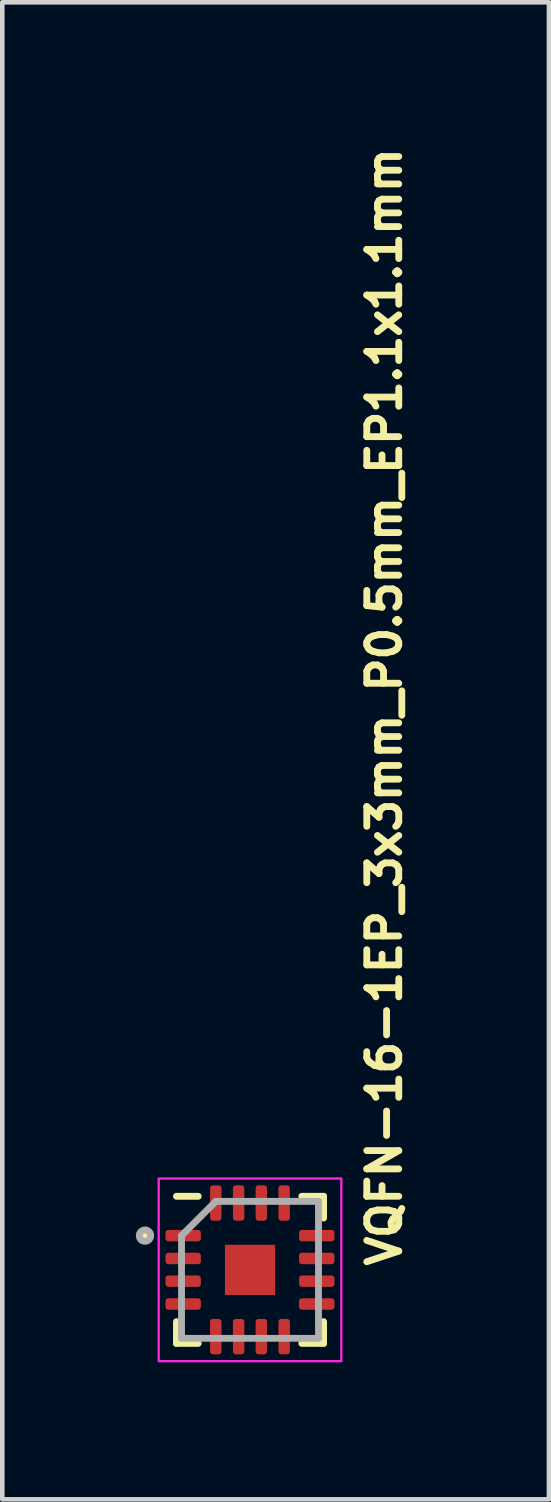
<source format=kicad_pcb>
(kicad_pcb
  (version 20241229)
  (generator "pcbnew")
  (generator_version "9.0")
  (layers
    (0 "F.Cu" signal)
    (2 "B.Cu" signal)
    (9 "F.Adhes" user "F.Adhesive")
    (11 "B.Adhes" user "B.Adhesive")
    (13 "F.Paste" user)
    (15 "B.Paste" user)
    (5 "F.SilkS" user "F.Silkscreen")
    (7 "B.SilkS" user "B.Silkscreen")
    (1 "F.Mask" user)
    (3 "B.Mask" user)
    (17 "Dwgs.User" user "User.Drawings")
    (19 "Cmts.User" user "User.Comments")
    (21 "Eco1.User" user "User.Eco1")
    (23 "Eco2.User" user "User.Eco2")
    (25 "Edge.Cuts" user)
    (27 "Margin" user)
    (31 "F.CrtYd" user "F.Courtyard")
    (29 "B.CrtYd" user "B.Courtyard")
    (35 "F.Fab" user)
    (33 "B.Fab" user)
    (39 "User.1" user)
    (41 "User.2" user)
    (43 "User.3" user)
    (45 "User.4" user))
  (footprint "VQFN-16-1EP_3x3mm_P0.5mm_EP1.1x1.1mm"
    (layer "F.Cu")
    (at 2.425 24.756)
    (property "Reference" "VQFN-16-1EP_3x3mm_P0.5mm_EP1.1x1.1mm" (at 3.35 -0.013 90) (layer "F.SilkS") (effects (font (size 0.7 0.7) (thickness 0.15)) (justify left bottom)))
    (attr smd)
    (fp_line (start -1.611 1.61) (end -1.611 1.134) (stroke (width 0.15) (type solid)) (layer "F.SilkS"))
    (fp_line (start -1.135 -1.611) (end -1.611 -1.611) (stroke (width 0.15) (type solid)) (layer "F.SilkS"))
    (fp_line (start -1.135 1.61) (end -1.611 1.61) (stroke (width 0.15) (type solid)) (layer "F.SilkS"))
    (fp_line (start 1.134 -1.611) (end 1.61 -1.611) (stroke (width 0.15) (type solid)) (layer "F.SilkS"))
    (fp_line (start 1.134 1.61) (end 1.61 1.61) (stroke (width 0.15) (type solid)) (layer "F.SilkS"))
    (fp_line (start 1.61 -1.611) (end 1.61 -1.135) (stroke (width 0.15) (type solid)) (layer "F.SilkS"))
    (fp_line (start 1.61 1.61) (end 1.61 1.134) (stroke (width 0.15) (type solid)) (layer "F.SilkS"))
    (fp_circle (center -2.3 -0.75) (end -2.25 -0.75) (stroke (width 0.15) (type solid)) (fill yes) (layer "F.SilkS"))
    (fp_rect (start -2 -2) (end 1.999 1.999) (stroke (width 0.05) (type solid)) (fill no) (layer "F.CrtYd"))
    (fp_line (start -1.5 -0.75) (end -0.75 -1.5) (stroke (width 0.15) (type solid)) (layer "F.Fab"))
    (fp_line (start -1.5 1.499) (end -1.5 -0.75) (stroke (width 0.15) (type solid)) (layer "F.Fab"))
    (fp_line (start -0.75 -1.5) (end 1.499 -1.5) (stroke (width 0.15) (type solid)) (layer "F.Fab"))
    (fp_line (start 1.499 -1.5) (end 1.499 1.499) (stroke (width 0.15) (type solid)) (layer "F.Fab"))
    (fp_line (start 1.499 1.499) (end -1.5 1.499) (stroke (width 0.15) (type solid)) (layer "F.Fab"))
    (fp_circle (center -2.3 -0.75) (end -2.25 -0.75) (stroke (width 0.15) (type solid)) (fill no) (layer "F.Fab"))
    (fp_rect (start -1.5 -1.5) (end 1.499 1.499) (stroke (width 0.1) (type solid)) (fill no) (layer "User.5"))
    (fp_rect (start -1.5 -1.5) (end 1.499 1.499) (stroke (width 0.1) (type solid)) (fill no) (layer "User.5"))
    (fp_line (start -1.5 -0.875) (end -1.5 -0.625) (stroke (width 0.02) (type solid)) (layer "User.9"))
    (fp_line (start -1.5 -0.625) (end -1.49 -0.625) (stroke (width 0.02) (type solid)) (layer "User.9"))
    (fp_line (start -1.5 -0.375) (end -1.5 -0.125) (stroke (width 0.02) (type solid)) (layer "User.9"))
    (fp_line (start -1.5 -0.125) (end -1.49 -0.125) (stroke (width 0.02) (type solid)) (layer "User.9"))
    (fp_line (start -1.5 0.122) (end -1.5 0.372) (stroke (width 0.02) (type solid)) (layer "User.9"))
    (fp_line (start -1.5 0.372) (end -1.49 0.372) (stroke (width 0.02) (type solid)) (layer "User.9"))
    (fp_line (start -1.5 0.622) (end -1.5 0.872) (stroke (width 0.02) (type solid)) (layer "User.9"))
    (fp_line (start -1.5 0.872) (end -1.49 0.872) (stroke (width 0.02) (type solid)) (layer "User.9"))
    (fp_line (start -1.49 -1.49) (end -1.49 1.489) (stroke (width 0.02) (type solid)) (layer "User.9"))
    (fp_line (start -1.49 -1.49) (end 1.489 -1.49) (stroke (width 0.02) (type solid)) (layer "User.9"))
    (fp_line (start -1.49 -0.875) (end -1.5 -0.875) (stroke (width 0.02) (type solid)) (layer "User.9"))
    (fp_line (start -1.49 -0.375) (end -1.5 -0.375) (stroke (width 0.02) (type solid)) (layer "User.9"))
    (fp_line (start -1.49 0.122) (end -1.5 0.122) (stroke (width 0.02) (type solid)) (layer "User.9"))
    (fp_line (start -1.49 0.622) (end -1.5 0.622) (stroke (width 0.02) (type solid)) (layer "User.9"))
    (fp_line (start -1.49 1.489) (end 1.489 1.489) (stroke (width 0.02) (type solid)) (layer "User.9"))
    (fp_line (start -1.051 -0.815) (end -1.051 -0.803) (stroke (width 0.02) (type solid)) (layer "User.9"))
    (fp_line (start -1.051 -0.803) (end -1.051 -0.803) (stroke (width 0.02) (type solid)) (layer "User.9"))
    (fp_line (start -1.051 -0.803) (end -1.051 -0.79) (stroke (width 0.02) (type solid)) (layer "User.9"))
    (fp_line (start -1.051 -0.79) (end -1.049 -0.777) (stroke (width 0.02) (type solid)) (layer "User.9"))
    (fp_line (start -1.049 -0.839) (end -1.049 -0.828) (stroke (width 0.02) (type solid)) (layer "User.9"))
    (fp_line (start -1.049 -0.828) (end -1.051 -0.815) (stroke (width 0.02) (type solid)) (layer "User.9"))
    (fp_line (start -1.049 -0.777) (end -1.049 -0.762) (stroke (width 0.02) (type solid)) (layer "User.9"))
    (fp_line (start -1.049 -0.762) (end -1.045 -0.75) (stroke (width 0.02) (type solid)) (layer "User.9"))
    (fp_line (start -1.045 -0.851) (end -1.049 -0.839) (stroke (width 0.02) (type solid)) (layer "User.9"))
    (fp_line (start -1.045 -0.75) (end -1.043 -0.738) (stroke (width 0.02) (type solid)) (layer "User.9"))
    (fp_line (start -1.043 -0.863) (end -1.045 -0.851) (stroke (width 0.02) (type solid)) (layer "User.9"))
    (fp_line (start -1.043 -0.738) (end -1.039 -0.726) (stroke (width 0.02) (type solid)) (layer "User.9"))
    (fp_line (start -1.039 -0.875) (end -1.043 -0.863) (stroke (width 0.02) (type solid)) (layer "User.9"))
    (fp_line (start -1.039 -0.726) (end -1.035 -0.715) (stroke (width 0.02) (type solid)) (layer "User.9"))
    (fp_line (start -1.035 -0.886) (end -1.039 -0.875) (stroke (width 0.02) (type solid)) (layer "User.9"))
    (fp_line (start -1.035 -0.715) (end -1.031 -0.704) (stroke (width 0.02) (type solid)) (layer "User.9"))
    (fp_line (start -1.031 -0.9) (end -1.035 -0.886) (stroke (width 0.02) (type solid)) (layer "User.9"))
    (fp_line (start -1.031 -0.704) (end -1.027 -0.694) (stroke (width 0.02) (type solid)) (layer "User.9"))
    (fp_line (start -1.027 -0.911) (end -1.031 -0.9) (stroke (width 0.02) (type solid)) (layer "User.9"))
    (fp_line (start -1.027 -0.694) (end -1.02 -0.683) (stroke (width 0.02) (type solid)) (layer "User.9"))
    (fp_line (start -1.02 -0.922) (end -1.027 -0.911) (stroke (width 0.02) (type solid)) (layer "User.9"))
    (fp_line (start -1.02 -0.683) (end -1.014 -0.673) (stroke (width 0.02) (type solid)) (layer "User.9"))
    (fp_line (start -1.014 -0.932) (end -1.02 -0.922) (stroke (width 0.02) (type solid)) (layer "User.9"))
    (fp_line (start -1.014 -0.673) (end -1.008 -0.663) (stroke (width 0.02) (type solid)) (layer "User.9"))
    (fp_line (start -1.008 -0.942) (end -1.014 -0.932) (stroke (width 0.02) (type solid)) (layer "User.9"))
    (fp_line (start -1.008 -0.663) (end -1.002 -0.653) (stroke (width 0.02) (type solid)) (layer "User.9"))
    (fp_line (start -1.002 -0.952) (end -1.008 -0.942) (stroke (width 0.02) (type solid)) (layer "User.9"))
    (fp_line (start -1.002 -0.653) (end -0.993 -0.643) (stroke (width 0.02) (type solid)) (layer "User.9"))
    (fp_line (start -0.993 -0.96) (end -1.002 -0.952) (stroke (width 0.02) (type solid)) (layer "User.9"))
    (fp_line (start -0.993 -0.643) (end -0.986 -0.632) (stroke (width 0.02) (type solid)) (layer "User.9"))
    (fp_line (start -0.986 -0.969) (end -0.993 -0.96) (stroke (width 0.02) (type solid)) (layer "User.9"))
    (fp_line (start -0.986 -0.632) (end -0.977 -0.624) (stroke (width 0.02) (type solid)) (layer "User.9"))
    (fp_line (start -0.977 -0.977) (end -0.986 -0.969) (stroke (width 0.02) (type solid)) (layer "User.9"))
    (fp_line (start -0.977 -0.624) (end -0.969 -0.615) (stroke (width 0.02) (type solid)) (layer "User.9"))
    (fp_line (start -0.969 -0.986) (end -0.977 -0.977) (stroke (width 0.02) (type solid)) (layer "User.9"))
    (fp_line (start -0.969 -0.615) (end -0.96 -0.608) (stroke (width 0.02) (type solid)) (layer "User.9"))
    (fp_line (start -0.96 -0.993) (end -0.969 -0.986) (stroke (width 0.02) (type solid)) (layer "User.9"))
    (fp_line (start -0.96 -0.608) (end -0.952 -0.6) (stroke (width 0.02) (type solid)) (layer "User.9"))
    (fp_line (start -0.952 -1.002) (end -0.96 -0.993) (stroke (width 0.02) (type solid)) (layer "User.9"))
    (fp_line (start -0.952 -0.6) (end -0.942 -0.593) (stroke (width 0.02) (type solid)) (layer "User.9"))
    (fp_line (start -0.942 -1.008) (end -0.952 -1.002) (stroke (width 0.02) (type solid)) (layer "User.9"))
    (fp_line (start -0.942 -0.593) (end -0.932 -0.587) (stroke (width 0.02) (type solid)) (layer "User.9"))
    (fp_line (start -0.932 -1.014) (end -0.942 -1.008) (stroke (width 0.02) (type solid)) (layer "User.9"))
    (fp_line (start -0.932 -0.587) (end -0.922 -0.581) (stroke (width 0.02) (type solid)) (layer "User.9"))
    (fp_line (start -0.922 -1.02) (end -0.932 -1.014) (stroke (width 0.02) (type solid)) (layer "User.9"))
    (fp_line (start -0.922 -0.581) (end -0.911 -0.577) (stroke (width 0.02) (type solid)) (layer "User.9"))
    (fp_line (start -0.911 -1.027) (end -0.922 -1.02) (stroke (width 0.02) (type solid)) (layer "User.9"))
    (fp_line (start -0.911 -0.577) (end -0.9 -0.572) (stroke (width 0.02) (type solid)) (layer "User.9"))
    (fp_line (start -0.9 -1.031) (end -0.911 -1.027) (stroke (width 0.02) (type solid)) (layer "User.9"))
    (fp_line (start -0.9 -0.572) (end -0.886 -0.568) (stroke (width 0.02) (type solid)) (layer "User.9"))
    (fp_line (start -0.886 -1.035) (end -0.9 -1.031) (stroke (width 0.02) (type solid)) (layer "User.9"))
    (fp_line (start -0.886 -0.568) (end -0.875 -0.564) (stroke (width 0.02) (type solid)) (layer "User.9"))
    (fp_line (start -0.875 -1.5) (end -0.875 -1.49) (stroke (width 0.02) (type solid)) (layer "User.9"))
    (fp_line (start -0.875 -1.039) (end -0.886 -1.035) (stroke (width 0.02) (type solid)) (layer "User.9"))
    (fp_line (start -0.875 -0.564) (end -0.863 -0.56) (stroke (width 0.02) (type solid)) (layer "User.9"))
    (fp_line (start -0.875 1.489) (end -0.875 1.499) (stroke (width 0.02) (type solid)) (layer "User.9"))
    (fp_line (start -0.875 1.499) (end -0.625 1.499) (stroke (width 0.02) (type solid)) (layer "User.9"))
    (fp_line (start -0.863 -1.043) (end -0.875 -1.039) (stroke (width 0.02) (type solid)) (layer "User.9"))
    (fp_line (start -0.863 -0.56) (end -0.851 -0.558) (stroke (width 0.02) (type solid)) (layer "User.9"))
    (fp_line (start -0.851 -1.045) (end -0.863 -1.043) (stroke (width 0.02) (type solid)) (layer "User.9"))
    (fp_line (start -0.851 -0.558) (end -0.839 -0.555) (stroke (width 0.02) (type solid)) (layer "User.9"))
    (fp_line (start -0.839 -1.049) (end -0.851 -1.045) (stroke (width 0.02) (type solid)) (layer "User.9"))
    (fp_line (start -0.839 -0.555) (end -0.828 -0.554) (stroke (width 0.02) (type solid)) (layer "User.9"))
    (fp_line (start -0.828 -1.049) (end -0.839 -1.049) (stroke (width 0.02) (type solid)) (layer "User.9"))
    (fp_line (start -0.828 -0.554) (end -0.815 -0.553) (stroke (width 0.02) (type solid)) (layer "User.9"))
    (fp_line (start -0.815 -1.051) (end -0.828 -1.049) (stroke (width 0.02) (type solid)) (layer "User.9"))
    (fp_line (start -0.815 -0.553) (end -0.803 -0.553) (stroke (width 0.02) (type solid)) (layer "User.9"))
    (fp_line (start -0.803 -1.051) (end -0.815 -1.051) (stroke (width 0.02) (type solid)) (layer "User.9"))
    (fp_line (start -0.803 -1.051) (end -0.803 -1.051) (stroke (width 0.02) (type solid)) (layer "User.9"))
    (fp_line (start -0.803 -0.553) (end -0.803 -0.553) (stroke (width 0.02) (type solid)) (layer "User.9"))
    (fp_line (start -0.803 -0.553) (end -0.79 -0.553) (stroke (width 0.02) (type solid)) (layer "User.9"))
    (fp_line (start -0.79 -1.051) (end -0.803 -1.051) (stroke (width 0.02) (type solid)) (layer "User.9"))
    (fp_line (start -0.79 -0.553) (end -0.777 -0.554) (stroke (width 0.02) (type solid)) (layer "User.9"))
    (fp_line (start -0.777 -1.049) (end -0.79 -1.051) (stroke (width 0.02) (type solid)) (layer "User.9"))
    (fp_line (start -0.777 -0.554) (end -0.762 -0.555) (stroke (width 0.02) (type solid)) (layer "User.9"))
    (fp_line (start -0.762 -1.049) (end -0.777 -1.049) (stroke (width 0.02) (type solid)) (layer "User.9"))
    (fp_line (start -0.762 -0.555) (end -0.75 -0.558) (stroke (width 0.02) (type solid)) (layer "User.9"))
    (fp_line (start -0.75 -1.045) (end -0.762 -1.049) (stroke (width 0.02) (type solid)) (layer "User.9"))
    (fp_line (start -0.75 -0.558) (end -0.738 -0.56) (stroke (width 0.02) (type solid)) (layer "User.9"))
    (fp_line (start -0.738 -1.043) (end -0.75 -1.045) (stroke (width 0.02) (type solid)) (layer "User.9"))
    (fp_line (start -0.738 -0.56) (end -0.726 -0.564) (stroke (width 0.02) (type solid)) (layer "User.9"))
    (fp_line (start -0.726 -1.039) (end -0.738 -1.043) (stroke (width 0.02) (type solid)) (layer "User.9"))
    (fp_line (start -0.726 -0.564) (end -0.715 -0.568) (stroke (width 0.02) (type solid)) (layer "User.9"))
    (fp_line (start -0.715 -1.035) (end -0.726 -1.039) (stroke (width 0.02) (type solid)) (layer "User.9"))
    (fp_line (start -0.715 -0.568) (end -0.704 -0.572) (stroke (width 0.02) (type solid)) (layer "User.9"))
    (fp_line (start -0.704 -1.031) (end -0.715 -1.035) (stroke (width 0.02) (type solid)) (layer "User.9"))
    (fp_line (start -0.704 -0.572) (end -0.694 -0.577) (stroke (width 0.02) (type solid)) (layer "User.9"))
    (fp_line (start -0.694 -1.027) (end -0.704 -1.031) (stroke (width 0.02) (type solid)) (layer "User.9"))
    (fp_line (start -0.694 -0.577) (end -0.683 -0.581) (stroke (width 0.02) (type solid)) (layer "User.9"))
    (fp_line (start -0.683 -1.02) (end -0.694 -1.027) (stroke (width 0.02) (type solid)) (layer "User.9"))
    (fp_line (start -0.683 -0.581) (end -0.673 -0.587) (stroke (width 0.02) (type solid)) (layer "User.9"))
    (fp_line (start -0.673 -1.014) (end -0.683 -1.02) (stroke (width 0.02) (type solid)) (layer "User.9"))
    (fp_line (start -0.673 -0.587) (end -0.663 -0.593) (stroke (width 0.02) (type solid)) (layer "User.9"))
    (fp_line (start -0.663 -1.008) (end -0.673 -1.014) (stroke (width 0.02) (type solid)) (layer "User.9"))
    (fp_line (start -0.663 -0.593) (end -0.653 -0.6) (stroke (width 0.02) (type solid)) (layer "User.9"))
    (fp_line (start -0.653 -1.002) (end -0.663 -1.008) (stroke (width 0.02) (type solid)) (layer "User.9"))
    (fp_line (start -0.653 -0.6) (end -0.643 -0.608) (stroke (width 0.02) (type solid)) (layer "User.9"))
    (fp_line (start -0.643 -0.993) (end -0.653 -1.002) (stroke (width 0.02) (type solid)) (layer "User.9"))
    (fp_line (start -0.643 -0.608) (end -0.632 -0.615) (stroke (width 0.02) (type solid)) (layer "User.9"))
    (fp_line (start -0.632 -0.986) (end -0.643 -0.993) (stroke (width 0.02) (type solid)) (layer "User.9"))
    (fp_line (start -0.632 -0.615) (end -0.624 -0.624) (stroke (width 0.02) (type solid)) (layer "User.9"))
    (fp_line (start -0.625 -1.5) (end -0.875 -1.5) (stroke (width 0.02) (type solid)) (layer "User.9"))
    (fp_line (start -0.625 -1.49) (end -0.625 -1.5) (stroke (width 0.02) (type solid)) (layer "User.9"))
    (fp_line (start -0.625 1.499) (end -0.625 1.489) (stroke (width 0.02) (type solid)) (layer "User.9"))
    (fp_line (start -0.624 -0.977) (end -0.632 -0.986) (stroke (width 0.02) (type solid)) (layer "User.9"))
    (fp_line (start -0.624 -0.624) (end -0.615 -0.632) (stroke (width 0.02) (type solid)) (layer "User.9"))
    (fp_line (start -0.615 -0.969) (end -0.624 -0.977) (stroke (width 0.02) (type solid)) (layer "User.9"))
    (fp_line (start -0.615 -0.632) (end -0.608 -0.643) (stroke (width 0.02) (type solid)) (layer "User.9"))
    (fp_line (start -0.608 -0.96) (end -0.615 -0.969) (stroke (width 0.02) (type solid)) (layer "User.9"))
    (fp_line (start -0.608 -0.643) (end -0.6 -0.653) (stroke (width 0.02) (type solid)) (layer "User.9"))
    (fp_line (start -0.6 -0.952) (end -0.608 -0.96) (stroke (width 0.02) (type solid)) (layer "User.9"))
    (fp_line (start -0.6 -0.653) (end -0.593 -0.663) (stroke (width 0.02) (type solid)) (layer "User.9"))
    (fp_line (start -0.593 -0.942) (end -0.6 -0.952) (stroke (width 0.02) (type solid)) (layer "User.9"))
    (fp_line (start -0.593 -0.663) (end -0.587 -0.673) (stroke (width 0.02) (type solid)) (layer "User.9"))
    (fp_line (start -0.587 -0.932) (end -0.593 -0.942) (stroke (width 0.02) (type solid)) (layer "User.9"))
    (fp_line (start -0.587 -0.673) (end -0.581 -0.683) (stroke (width 0.02) (type solid)) (layer "User.9"))
    (fp_line (start -0.581 -0.922) (end -0.587 -0.932) (stroke (width 0.02) (type solid)) (layer "User.9"))
    (fp_line (start -0.581 -0.683) (end -0.577 -0.694) (stroke (width 0.02) (type solid)) (layer "User.9"))
    (fp_line (start -0.577 -0.911) (end -0.581 -0.922) (stroke (width 0.02) (type solid)) (layer "User.9"))
    (fp_line (start -0.577 -0.694) (end -0.572 -0.704) (stroke (width 0.02) (type solid)) (layer "User.9"))
    (fp_line (start -0.572 -0.9) (end -0.577 -0.911) (stroke (width 0.02) (type solid)) (layer "User.9"))
    (fp_line (start -0.572 -0.704) (end -0.568 -0.715) (stroke (width 0.02) (type solid)) (layer "User.9"))
    (fp_line (start -0.568 -0.886) (end -0.572 -0.9) (stroke (width 0.02) (type solid)) (layer "User.9"))
    (fp_line (start -0.568 -0.715) (end -0.564 -0.726) (stroke (width 0.02) (type solid)) (layer "User.9"))
    (fp_line (start -0.564 -0.875) (end -0.568 -0.886) (stroke (width 0.02) (type solid)) (layer "User.9"))
    (fp_line (start -0.564 -0.726) (end -0.56 -0.738) (stroke (width 0.02) (type solid)) (layer "User.9"))
    (fp_line (start -0.56 -0.863) (end -0.564 -0.875) (stroke (width 0.02) (type solid)) (layer "User.9"))
    (fp_line (start -0.56 -0.738) (end -0.558 -0.75) (stroke (width 0.02) (type solid)) (layer "User.9"))
    (fp_line (start -0.558 -0.851) (end -0.56 -0.863) (stroke (width 0.02) (type solid)) (layer "User.9"))
    (fp_line (start -0.558 -0.75) (end -0.555 -0.762) (stroke (width 0.02) (type solid)) (layer "User.9"))
    (fp_line (start -0.555 -0.839) (end -0.558 -0.851) (stroke (width 0.02) (type solid)) (layer "User.9"))
    (fp_line (start -0.555 -0.762) (end -0.554 -0.777) (stroke (width 0.02) (type solid)) (layer "User.9"))
    (fp_line (start -0.554 -0.828) (end -0.555 -0.839) (stroke (width 0.02) (type solid)) (layer "User.9"))
    (fp_line (start -0.554 -0.777) (end -0.553 -0.79) (stroke (width 0.02) (type solid)) (layer "User.9"))
    (fp_line (start -0.553 -0.815) (end -0.554 -0.828) (stroke (width 0.02) (type solid)) (layer "User.9"))
    (fp_line (start -0.553 -0.803) (end -0.553 -0.815) (stroke (width 0.02) (type solid)) (layer "User.9"))
    (fp_line (start -0.553 -0.803) (end -0.553 -0.803) (stroke (width 0.02) (type solid)) (layer "User.9"))
    (fp_line (start -0.553 -0.803) (end -0.553 -0.803) (stroke (width 0.02) (type solid)) (layer "User.9"))
    (fp_line (start -0.553 -0.79) (end -0.553 -0.803) (stroke (width 0.02) (type solid)) (layer "User.9"))
    (fp_line (start -0.375 -1.5) (end -0.375 -1.49) (stroke (width 0.02) (type solid)) (layer "User.9"))
    (fp_line (start -0.375 1.489) (end -0.375 1.499) (stroke (width 0.02) (type solid)) (layer "User.9"))
    (fp_line (start -0.375 1.499) (end -0.125 1.499) (stroke (width 0.02) (type solid)) (layer "User.9"))
    (fp_line (start -0.125 -1.5) (end -0.375 -1.5) (stroke (width 0.02) (type solid)) (layer "User.9"))
    (fp_line (start -0.125 -1.49) (end -0.125 -1.5) (stroke (width 0.02) (type solid)) (layer "User.9"))
    (fp_line (start -0.125 1.499) (end -0.125 1.489) (stroke (width 0.02) (type solid)) (layer "User.9"))
    (fp_line (start 0.122 -1.5) (end 0.122 -1.49) (stroke (width 0.02) (type solid)) (layer "User.9"))
    (fp_line (start 0.122 1.489) (end 0.122 1.499) (stroke (width 0.02) (type solid)) (layer "User.9"))
    (fp_line (start 0.122 1.499) (end 0.372 1.499) (stroke (width 0.02) (type solid)) (layer "User.9"))
    (fp_line (start 0.372 -1.5) (end 0.122 -1.5) (stroke (width 0.02) (type solid)) (layer "User.9"))
    (fp_line (start 0.372 -1.49) (end 0.372 -1.5) (stroke (width 0.02) (type solid)) (layer "User.9"))
    (fp_line (start 0.372 1.499) (end 0.372 1.489) (stroke (width 0.02) (type solid)) (layer "User.9"))
    (fp_line (start 0.622 -1.5) (end 0.622 -1.49) (stroke (width 0.02) (type solid)) (layer "User.9"))
    (fp_line (start 0.622 1.489) (end 0.622 1.499) (stroke (width 0.02) (type solid)) (layer "User.9"))
    (fp_line (start 0.622 1.499) (end 0.872 1.499) (stroke (width 0.02) (type solid)) (layer "User.9"))
    (fp_line (start 0.872 -1.5) (end 0.622 -1.5) (stroke (width 0.02) (type solid)) (layer "User.9"))
    (fp_line (start 0.872 -1.49) (end 0.872 -1.5) (stroke (width 0.02) (type solid)) (layer "User.9"))
    (fp_line (start 0.872 1.499) (end 0.872 1.489) (stroke (width 0.02) (type solid)) (layer "User.9"))
    (fp_line (start 1.489 -1.49) (end 1.489 1.489) (stroke (width 0.02) (type solid)) (layer "User.9"))
    (fp_line (start 1.489 -0.625) (end 1.499 -0.625) (stroke (width 0.02) (type solid)) (layer "User.9"))
    (fp_line (start 1.489 -0.125) (end 1.499 -0.125) (stroke (width 0.02) (type solid)) (layer "User.9"))
    (fp_line (start 1.489 0.372) (end 1.499 0.372) (stroke (width 0.02) (type solid)) (layer "User.9"))
    (fp_line (start 1.489 0.872) (end 1.499 0.872) (stroke (width 0.02) (type solid)) (layer "User.9"))
    (fp_line (start 1.499 -0.875) (end 1.489 -0.875) (stroke (width 0.02) (type solid)) (layer "User.9"))
    (fp_line (start 1.499 -0.625) (end 1.499 -0.875) (stroke (width 0.02) (type solid)) (layer "User.9"))
    (fp_line (start 1.499 -0.375) (end 1.489 -0.375) (stroke (width 0.02) (type solid)) (layer "User.9"))
    (fp_line (start 1.499 -0.125) (end 1.499 -0.375) (stroke (width 0.02) (type solid)) (layer "User.9"))
    (fp_line (start 1.499 0.122) (end 1.489 0.122) (stroke (width 0.02) (type solid)) (layer "User.9"))
    (fp_line (start 1.499 0.372) (end 1.499 0.122) (stroke (width 0.02) (type solid)) (layer "User.9"))
    (fp_line (start 1.499 0.622) (end 1.489 0.622) (stroke (width 0.02) (type solid)) (layer "User.9"))
    (fp_line (start 1.499 0.872) (end 1.499 0.622) (stroke (width 0.02) (type solid)) (layer "User.9"))
    (pad "" smd roundrect (at 0 0) (size 0.89 0.89) (layers "F.Paste") (roundrect_rratio 0.25))
    (pad "1" smd roundrect (at -1.464 -0.75) (size 0.775 0.25) (layers "F.Cu" "F.Mask" "F.Paste") (roundrect_rratio 0.25))
    (pad "2" smd roundrect (at -1.464 -0.25) (size 0.775 0.25) (layers "F.Cu" "F.Mask" "F.Paste") (roundrect_rratio 0.25))
    (pad "3" smd roundrect (at -1.464 0.247) (size 0.775 0.25) (layers "F.Cu" "F.Mask" "F.Paste") (roundrect_rratio 0.25))
    (pad "4" smd roundrect (at -1.464 0.747) (size 0.775 0.25) (layers "F.Cu" "F.Mask" "F.Paste") (roundrect_rratio 0.25))
    (pad "5" smd roundrect (at -0.75 1.461) (size 0.25 0.775) (layers "F.Cu" "F.Mask" "F.Paste") (roundrect_rratio 0.25))
    (pad "6" smd roundrect (at -0.25 1.461) (size 0.25 0.775) (layers "F.Cu" "F.Mask" "F.Paste") (roundrect_rratio 0.25))
    (pad "7" smd roundrect (at 0.247 1.461) (size 0.25 0.775) (layers "F.Cu" "F.Mask" "F.Paste") (roundrect_rratio 0.25))
    (pad "8" smd roundrect (at 0.747 1.461) (size 0.25 0.775) (layers "F.Cu" "F.Mask" "F.Paste") (roundrect_rratio 0.25))
    (pad "9" smd roundrect (at 1.461 0.747) (size 0.775 0.25) (layers "F.Cu" "F.Mask" "F.Paste") (roundrect_rratio 0.25))
    (pad "10" smd roundrect (at 1.461 0.247) (size 0.775 0.25) (layers "F.Cu" "F.Mask" "F.Paste") (roundrect_rratio 0.25))
    (pad "11" smd roundrect (at 1.461 -0.25) (size 0.775 0.25) (layers "F.Cu" "F.Mask" "F.Paste") (roundrect_rratio 0.25))
    (pad "12" smd roundrect (at 1.461 -0.75) (size 0.775 0.25) (layers "F.Cu" "F.Mask" "F.Paste") (roundrect_rratio 0.25))
    (pad "13" smd roundrect (at 0.747 -1.464) (size 0.25 0.775) (layers "F.Cu" "F.Mask" "F.Paste") (roundrect_rratio 0.25))
    (pad "14" smd roundrect (at 0.247 -1.464) (size 0.25 0.775) (layers "F.Cu" "F.Mask" "F.Paste") (roundrect_rratio 0.25))
    (pad "15" smd roundrect (at -0.25 -1.464) (size 0.25 0.775) (layers "F.Cu" "F.Mask" "F.Paste") (roundrect_rratio 0.25))
    (pad "16" smd roundrect (at -0.75 -1.464) (size 0.25 0.775) (layers "F.Cu" "F.Mask" "F.Paste") (roundrect_rratio 0.25))
    (pad "17" smd rect (at 0 0) (size 1.1 1.1) (layers "F.Cu" "F.Mask")))
  (gr_rect
    (start -3 -3)
    (end 8.97 29.78)
    (stroke (width 0.1) (type default))
    (fill no)
    (layer "Edge.Cuts")))
</source>
